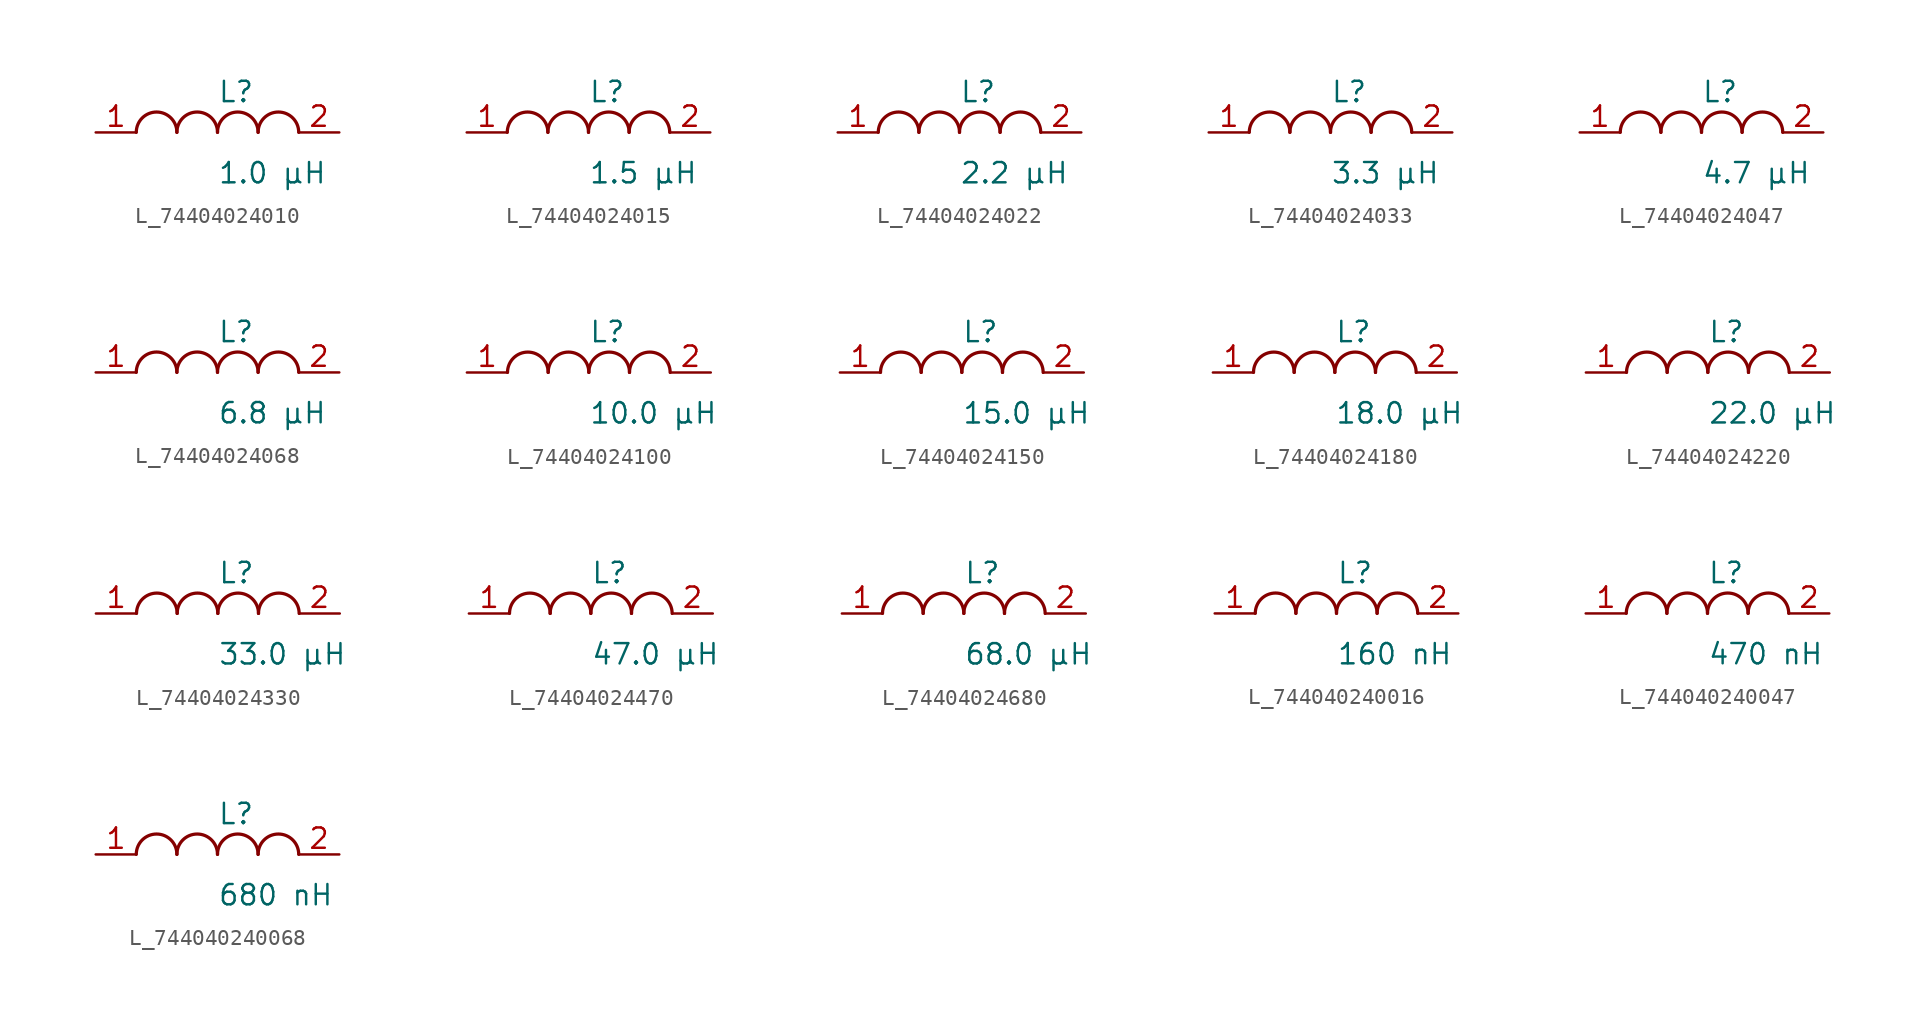
<source format=kicad_sym>
(kicad_symbol_lib
  (version 20231120)
  (generator kicad_symbol_editor)
  (generator_version 8.0)
  (symbol "L_74404024010"
    (pin_names
      (offset 0.254))
    (property "Reference" "L"
      (at 0 2.54 0)
      (effects (font (size 1.27 1.27)) (justify left)))
    (property "Value" "1.0 µH"
      (at 0 -2.54 0)
      (effects (font (size 1.27 1.27)) (justify left)))
    (symbol "L_74404024010_1_1"
      (arc (start -2.54 0.0056) (mid -3.81 1.27) (end -5.08 0.0056) (stroke (width 0.2032) (type default)) (fill (type none)))
      (arc (start 0 0.0056) (mid -1.27 1.27) (end -2.54 0.0056) (stroke (width 0.2032) (type default)) (fill (type none)))
      (arc (start 2.54 0.0056) (mid 1.27 1.27) (end 0 0.0056) (stroke (width 0.2032) (type default)) (fill (type none)))
      (arc (start 5.08 0.0056) (mid 3.81 1.27) (end 2.54 0.0056) (stroke (width 0.2032) (type default)) (fill (type none)))
      (pin unspecified line (at -7.62 0 0) (length 2.54) (name "" (effects (font (size 1.27 1.27)))) (number "1" (effects (font (size 1.27 1.27)))))
      (pin unspecified line (at 7.62 0 180) (length 2.54) (name "" (effects (font (size 1.27 1.27)))) (number "2" (effects (font (size 1.27 1.27)))))))
  (symbol "L_74404024015"
    (pin_names
      (offset 0.254))
    (property "Reference" "L"
      (at 0 2.54 0)
      (effects (font (size 1.27 1.27)) (justify left)))
    (property "Value" "1.5 µH"
      (at 0 -2.54 0)
      (effects (font (size 1.27 1.27)) (justify left)))
    (symbol "L_74404024015_1_1"
      (arc (start -2.54 0.0056) (mid -3.81 1.27) (end -5.08 0.0056) (stroke (width 0.2032) (type default)) (fill (type none)))
      (arc (start 0 0.0056) (mid -1.27 1.27) (end -2.54 0.0056) (stroke (width 0.2032) (type default)) (fill (type none)))
      (arc (start 2.54 0.0056) (mid 1.27 1.27) (end 0 0.0056) (stroke (width 0.2032) (type default)) (fill (type none)))
      (arc (start 5.08 0.0056) (mid 3.81 1.27) (end 2.54 0.0056) (stroke (width 0.2032) (type default)) (fill (type none)))
      (pin unspecified line (at -7.62 0 0) (length 2.54) (name "" (effects (font (size 1.27 1.27)))) (number "1" (effects (font (size 1.27 1.27)))))
      (pin unspecified line (at 7.62 0 180) (length 2.54) (name "" (effects (font (size 1.27 1.27)))) (number "2" (effects (font (size 1.27 1.27)))))))
  (symbol "L_74404024022"
    (pin_names
      (offset 0.254))
    (property "Reference" "L"
      (at 0 2.54 0)
      (effects (font (size 1.27 1.27)) (justify left)))
    (property "Value" "2.2 µH"
      (at 0 -2.54 0)
      (effects (font (size 1.27 1.27)) (justify left)))
    (symbol "L_74404024022_1_1"
      (arc (start -2.54 0.0056) (mid -3.81 1.27) (end -5.08 0.0056) (stroke (width 0.2032) (type default)) (fill (type none)))
      (arc (start 0 0.0056) (mid -1.27 1.27) (end -2.54 0.0056) (stroke (width 0.2032) (type default)) (fill (type none)))
      (arc (start 2.54 0.0056) (mid 1.27 1.27) (end 0 0.0056) (stroke (width 0.2032) (type default)) (fill (type none)))
      (arc (start 5.08 0.0056) (mid 3.81 1.27) (end 2.54 0.0056) (stroke (width 0.2032) (type default)) (fill (type none)))
      (pin unspecified line (at -7.62 0 0) (length 2.54) (name "" (effects (font (size 1.27 1.27)))) (number "1" (effects (font (size 1.27 1.27)))))
      (pin unspecified line (at 7.62 0 180) (length 2.54) (name "" (effects (font (size 1.27 1.27)))) (number "2" (effects (font (size 1.27 1.27)))))))
  (symbol "L_74404024033"
    (pin_names
      (offset 0.254))
    (property "Reference" "L"
      (at 0 2.54 0)
      (effects (font (size 1.27 1.27)) (justify left)))
    (property "Value" "3.3 µH"
      (at 0 -2.54 0)
      (effects (font (size 1.27 1.27)) (justify left)))
    (symbol "L_74404024033_1_1"
      (arc (start -2.54 0.0056) (mid -3.81 1.27) (end -5.08 0.0056) (stroke (width 0.2032) (type default)) (fill (type none)))
      (arc (start 0 0.0056) (mid -1.27 1.27) (end -2.54 0.0056) (stroke (width 0.2032) (type default)) (fill (type none)))
      (arc (start 2.54 0.0056) (mid 1.27 1.27) (end 0 0.0056) (stroke (width 0.2032) (type default)) (fill (type none)))
      (arc (start 5.08 0.0056) (mid 3.81 1.27) (end 2.54 0.0056) (stroke (width 0.2032) (type default)) (fill (type none)))
      (pin unspecified line (at -7.62 0 0) (length 2.54) (name "" (effects (font (size 1.27 1.27)))) (number "1" (effects (font (size 1.27 1.27)))))
      (pin unspecified line (at 7.62 0 180) (length 2.54) (name "" (effects (font (size 1.27 1.27)))) (number "2" (effects (font (size 1.27 1.27)))))))
  (symbol "L_74404024047"
    (pin_names
      (offset 0.254))
    (property "Reference" "L"
      (at 0 2.54 0)
      (effects (font (size 1.27 1.27)) (justify left)))
    (property "Value" "4.7 µH"
      (at 0 -2.54 0)
      (effects (font (size 1.27 1.27)) (justify left)))
    (symbol "L_74404024047_1_1"
      (arc (start -2.54 0.0056) (mid -3.81 1.27) (end -5.08 0.0056) (stroke (width 0.2032) (type default)) (fill (type none)))
      (arc (start 0 0.0056) (mid -1.27 1.27) (end -2.54 0.0056) (stroke (width 0.2032) (type default)) (fill (type none)))
      (arc (start 2.54 0.0056) (mid 1.27 1.27) (end 0 0.0056) (stroke (width 0.2032) (type default)) (fill (type none)))
      (arc (start 5.08 0.0056) (mid 3.81 1.27) (end 2.54 0.0056) (stroke (width 0.2032) (type default)) (fill (type none)))
      (pin unspecified line (at -7.62 0 0) (length 2.54) (name "" (effects (font (size 1.27 1.27)))) (number "1" (effects (font (size 1.27 1.27)))))
      (pin unspecified line (at 7.62 0 180) (length 2.54) (name "" (effects (font (size 1.27 1.27)))) (number "2" (effects (font (size 1.27 1.27)))))))
  (symbol "L_74404024068"
    (pin_names
      (offset 0.254))
    (property "Reference" "L"
      (at 0 2.54 0)
      (effects (font (size 1.27 1.27)) (justify left)))
    (property "Value" "6.8 µH"
      (at 0 -2.54 0)
      (effects (font (size 1.27 1.27)) (justify left)))
    (symbol "L_74404024068_1_1"
      (arc (start -2.54 0.0056) (mid -3.81 1.27) (end -5.08 0.0056) (stroke (width 0.2032) (type default)) (fill (type none)))
      (arc (start 0 0.0056) (mid -1.27 1.27) (end -2.54 0.0056) (stroke (width 0.2032) (type default)) (fill (type none)))
      (arc (start 2.54 0.0056) (mid 1.27 1.27) (end 0 0.0056) (stroke (width 0.2032) (type default)) (fill (type none)))
      (arc (start 5.08 0.0056) (mid 3.81 1.27) (end 2.54 0.0056) (stroke (width 0.2032) (type default)) (fill (type none)))
      (pin unspecified line (at -7.62 0 0) (length 2.54) (name "" (effects (font (size 1.27 1.27)))) (number "1" (effects (font (size 1.27 1.27)))))
      (pin unspecified line (at 7.62 0 180) (length 2.54) (name "" (effects (font (size 1.27 1.27)))) (number "2" (effects (font (size 1.27 1.27)))))))
  (symbol "L_74404024100"
    (pin_names
      (offset 0.254))
    (property "Reference" "L"
      (at 0 2.54 0)
      (effects (font (size 1.27 1.27)) (justify left)))
    (property "Value" "10.0 µH"
      (at 0 -2.54 0)
      (effects (font (size 1.27 1.27)) (justify left)))
    (symbol "L_74404024100_1_1"
      (arc (start -2.54 0.0056) (mid -3.81 1.27) (end -5.08 0.0056) (stroke (width 0.2032) (type default)) (fill (type none)))
      (arc (start 0 0.0056) (mid -1.27 1.27) (end -2.54 0.0056) (stroke (width 0.2032) (type default)) (fill (type none)))
      (arc (start 2.54 0.0056) (mid 1.27 1.27) (end 0 0.0056) (stroke (width 0.2032) (type default)) (fill (type none)))
      (arc (start 5.08 0.0056) (mid 3.81 1.27) (end 2.54 0.0056) (stroke (width 0.2032) (type default)) (fill (type none)))
      (pin unspecified line (at -7.62 0 0) (length 2.54) (name "" (effects (font (size 1.27 1.27)))) (number "1" (effects (font (size 1.27 1.27)))))
      (pin unspecified line (at 7.62 0 180) (length 2.54) (name "" (effects (font (size 1.27 1.27)))) (number "2" (effects (font (size 1.27 1.27)))))))
  (symbol "L_74404024150"
    (pin_names
      (offset 0.254))
    (property "Reference" "L"
      (at 0 2.54 0)
      (effects (font (size 1.27 1.27)) (justify left)))
    (property "Value" "15.0 µH"
      (at 0 -2.54 0)
      (effects (font (size 1.27 1.27)) (justify left)))
    (symbol "L_74404024150_1_1"
      (arc (start -2.54 0.0056) (mid -3.81 1.27) (end -5.08 0.0056) (stroke (width 0.2032) (type default)) (fill (type none)))
      (arc (start 0 0.0056) (mid -1.27 1.27) (end -2.54 0.0056) (stroke (width 0.2032) (type default)) (fill (type none)))
      (arc (start 2.54 0.0056) (mid 1.27 1.27) (end 0 0.0056) (stroke (width 0.2032) (type default)) (fill (type none)))
      (arc (start 5.08 0.0056) (mid 3.81 1.27) (end 2.54 0.0056) (stroke (width 0.2032) (type default)) (fill (type none)))
      (pin unspecified line (at -7.62 0 0) (length 2.54) (name "" (effects (font (size 1.27 1.27)))) (number "1" (effects (font (size 1.27 1.27)))))
      (pin unspecified line (at 7.62 0 180) (length 2.54) (name "" (effects (font (size 1.27 1.27)))) (number "2" (effects (font (size 1.27 1.27)))))))
  (symbol "L_74404024180"
    (pin_names
      (offset 0.254))
    (property "Reference" "L"
      (at 0 2.54 0)
      (effects (font (size 1.27 1.27)) (justify left)))
    (property "Value" "18.0 µH"
      (at 0 -2.54 0)
      (effects (font (size 1.27 1.27)) (justify left)))
    (symbol "L_74404024180_1_1"
      (arc (start -2.54 0.0056) (mid -3.81 1.27) (end -5.08 0.0056) (stroke (width 0.2032) (type default)) (fill (type none)))
      (arc (start 0 0.0056) (mid -1.27 1.27) (end -2.54 0.0056) (stroke (width 0.2032) (type default)) (fill (type none)))
      (arc (start 2.54 0.0056) (mid 1.27 1.27) (end 0 0.0056) (stroke (width 0.2032) (type default)) (fill (type none)))
      (arc (start 5.08 0.0056) (mid 3.81 1.27) (end 2.54 0.0056) (stroke (width 0.2032) (type default)) (fill (type none)))
      (pin unspecified line (at -7.62 0 0) (length 2.54) (name "" (effects (font (size 1.27 1.27)))) (number "1" (effects (font (size 1.27 1.27)))))
      (pin unspecified line (at 7.62 0 180) (length 2.54) (name "" (effects (font (size 1.27 1.27)))) (number "2" (effects (font (size 1.27 1.27)))))))
  (symbol "L_74404024220"
    (pin_names
      (offset 0.254))
    (property "Reference" "L"
      (at 0 2.54 0)
      (effects (font (size 1.27 1.27)) (justify left)))
    (property "Value" "22.0 µH"
      (at 0 -2.54 0)
      (effects (font (size 1.27 1.27)) (justify left)))
    (symbol "L_74404024220_1_1"
      (arc (start -2.54 0.0056) (mid -3.81 1.27) (end -5.08 0.0056) (stroke (width 0.2032) (type default)) (fill (type none)))
      (arc (start 0 0.0056) (mid -1.27 1.27) (end -2.54 0.0056) (stroke (width 0.2032) (type default)) (fill (type none)))
      (arc (start 2.54 0.0056) (mid 1.27 1.27) (end 0 0.0056) (stroke (width 0.2032) (type default)) (fill (type none)))
      (arc (start 5.08 0.0056) (mid 3.81 1.27) (end 2.54 0.0056) (stroke (width 0.2032) (type default)) (fill (type none)))
      (pin unspecified line (at -7.62 0 0) (length 2.54) (name "" (effects (font (size 1.27 1.27)))) (number "1" (effects (font (size 1.27 1.27)))))
      (pin unspecified line (at 7.62 0 180) (length 2.54) (name "" (effects (font (size 1.27 1.27)))) (number "2" (effects (font (size 1.27 1.27)))))))
  (symbol "L_74404024330"
    (pin_names
      (offset 0.254))
    (property "Reference" "L"
      (at 0 2.54 0)
      (effects (font (size 1.27 1.27)) (justify left)))
    (property "Value" "33.0 µH"
      (at 0 -2.54 0)
      (effects (font (size 1.27 1.27)) (justify left)))
    (symbol "L_74404024330_1_1"
      (arc (start -2.54 0.0056) (mid -3.81 1.27) (end -5.08 0.0056) (stroke (width 0.2032) (type default)) (fill (type none)))
      (arc (start 0 0.0056) (mid -1.27 1.27) (end -2.54 0.0056) (stroke (width 0.2032) (type default)) (fill (type none)))
      (arc (start 2.54 0.0056) (mid 1.27 1.27) (end 0 0.0056) (stroke (width 0.2032) (type default)) (fill (type none)))
      (arc (start 5.08 0.0056) (mid 3.81 1.27) (end 2.54 0.0056) (stroke (width 0.2032) (type default)) (fill (type none)))
      (pin unspecified line (at -7.62 0 0) (length 2.54) (name "" (effects (font (size 1.27 1.27)))) (number "1" (effects (font (size 1.27 1.27)))))
      (pin unspecified line (at 7.62 0 180) (length 2.54) (name "" (effects (font (size 1.27 1.27)))) (number "2" (effects (font (size 1.27 1.27)))))))
  (symbol "L_74404024470"
    (pin_names
      (offset 0.254))
    (property "Reference" "L"
      (at 0 2.54 0)
      (effects (font (size 1.27 1.27)) (justify left)))
    (property "Value" "47.0 µH"
      (at 0 -2.54 0)
      (effects (font (size 1.27 1.27)) (justify left)))
    (symbol "L_74404024470_1_1"
      (arc (start -2.54 0.0056) (mid -3.81 1.27) (end -5.08 0.0056) (stroke (width 0.2032) (type default)) (fill (type none)))
      (arc (start 0 0.0056) (mid -1.27 1.27) (end -2.54 0.0056) (stroke (width 0.2032) (type default)) (fill (type none)))
      (arc (start 2.54 0.0056) (mid 1.27 1.27) (end 0 0.0056) (stroke (width 0.2032) (type default)) (fill (type none)))
      (arc (start 5.08 0.0056) (mid 3.81 1.27) (end 2.54 0.0056) (stroke (width 0.2032) (type default)) (fill (type none)))
      (pin unspecified line (at -7.62 0 0) (length 2.54) (name "" (effects (font (size 1.27 1.27)))) (number "1" (effects (font (size 1.27 1.27)))))
      (pin unspecified line (at 7.62 0 180) (length 2.54) (name "" (effects (font (size 1.27 1.27)))) (number "2" (effects (font (size 1.27 1.27)))))))
  (symbol "L_74404024680"
    (pin_names
      (offset 0.254))
    (property "Reference" "L"
      (at 0 2.54 0)
      (effects (font (size 1.27 1.27)) (justify left)))
    (property "Value" "68.0 µH"
      (at 0 -2.54 0)
      (effects (font (size 1.27 1.27)) (justify left)))
    (symbol "L_74404024680_1_1"
      (arc (start -2.54 0.0056) (mid -3.81 1.27) (end -5.08 0.0056) (stroke (width 0.2032) (type default)) (fill (type none)))
      (arc (start 0 0.0056) (mid -1.27 1.27) (end -2.54 0.0056) (stroke (width 0.2032) (type default)) (fill (type none)))
      (arc (start 2.54 0.0056) (mid 1.27 1.27) (end 0 0.0056) (stroke (width 0.2032) (type default)) (fill (type none)))
      (arc (start 5.08 0.0056) (mid 3.81 1.27) (end 2.54 0.0056) (stroke (width 0.2032) (type default)) (fill (type none)))
      (pin unspecified line (at -7.62 0 0) (length 2.54) (name "" (effects (font (size 1.27 1.27)))) (number "1" (effects (font (size 1.27 1.27)))))
      (pin unspecified line (at 7.62 0 180) (length 2.54) (name "" (effects (font (size 1.27 1.27)))) (number "2" (effects (font (size 1.27 1.27)))))))
  (symbol "L_744040240016"
    (pin_names
      (offset 0.254))
    (property "Reference" "L"
      (at 0 2.54 0)
      (effects (font (size 1.27 1.27)) (justify left)))
    (property "Value" "160 nH"
      (at 0 -2.54 0)
      (effects (font (size 1.27 1.27)) (justify left)))
    (symbol "L_744040240016_1_1"
      (arc (start -2.54 0.0056) (mid -3.81 1.27) (end -5.08 0.0056) (stroke (width 0.2032) (type default)) (fill (type none)))
      (arc (start 0 0.0056) (mid -1.27 1.27) (end -2.54 0.0056) (stroke (width 0.2032) (type default)) (fill (type none)))
      (arc (start 2.54 0.0056) (mid 1.27 1.27) (end 0 0.0056) (stroke (width 0.2032) (type default)) (fill (type none)))
      (arc (start 5.08 0.0056) (mid 3.81 1.27) (end 2.54 0.0056) (stroke (width 0.2032) (type default)) (fill (type none)))
      (pin unspecified line (at -7.62 0 0) (length 2.54) (name "" (effects (font (size 1.27 1.27)))) (number "1" (effects (font (size 1.27 1.27)))))
      (pin unspecified line (at 7.62 0 180) (length 2.54) (name "" (effects (font (size 1.27 1.27)))) (number "2" (effects (font (size 1.27 1.27)))))))
  (symbol "L_744040240047"
    (pin_names
      (offset 0.254))
    (property "Reference" "L"
      (at 0 2.54 0)
      (effects (font (size 1.27 1.27)) (justify left)))
    (property "Value" "470 nH"
      (at 0 -2.54 0)
      (effects (font (size 1.27 1.27)) (justify left)))
    (symbol "L_744040240047_1_1"
      (arc (start -2.54 0.0056) (mid -3.81 1.27) (end -5.08 0.0056) (stroke (width 0.2032) (type default)) (fill (type none)))
      (arc (start 0 0.0056) (mid -1.27 1.27) (end -2.54 0.0056) (stroke (width 0.2032) (type default)) (fill (type none)))
      (arc (start 2.54 0.0056) (mid 1.27 1.27) (end 0 0.0056) (stroke (width 0.2032) (type default)) (fill (type none)))
      (arc (start 5.08 0.0056) (mid 3.81 1.27) (end 2.54 0.0056) (stroke (width 0.2032) (type default)) (fill (type none)))
      (pin unspecified line (at -7.62 0 0) (length 2.54) (name "" (effects (font (size 1.27 1.27)))) (number "1" (effects (font (size 1.27 1.27)))))
      (pin unspecified line (at 7.62 0 180) (length 2.54) (name "" (effects (font (size 1.27 1.27)))) (number "2" (effects (font (size 1.27 1.27)))))))
  (symbol "L_744040240068"
    (pin_names
      (offset 0.254))
    (property "Reference" "L"
      (at 0 2.54 0)
      (effects (font (size 1.27 1.27)) (justify left)))
    (property "Value" "680 nH"
      (at 0 -2.54 0)
      (effects (font (size 1.27 1.27)) (justify left)))
    (symbol "L_744040240068_1_1"
      (arc (start -2.54 0.0056) (mid -3.81 1.27) (end -5.08 0.0056) (stroke (width 0.2032) (type default)) (fill (type none)))
      (arc (start 0 0.0056) (mid -1.27 1.27) (end -2.54 0.0056) (stroke (width 0.2032) (type default)) (fill (type none)))
      (arc (start 2.54 0.0056) (mid 1.27 1.27) (end 0 0.0056) (stroke (width 0.2032) (type default)) (fill (type none)))
      (arc (start 5.08 0.0056) (mid 3.81 1.27) (end 2.54 0.0056) (stroke (width 0.2032) (type default)) (fill (type none)))
      (pin unspecified line (at -7.62 0 0) (length 2.54) (name "" (effects (font (size 1.27 1.27)))) (number "1" (effects (font (size 1.27 1.27)))))
      (pin unspecified line (at 7.62 0 180) (length 2.54) (name "" (effects (font (size 1.27 1.27)))) (number "2" (effects (font (size 1.27 1.27))))))))
</source>
